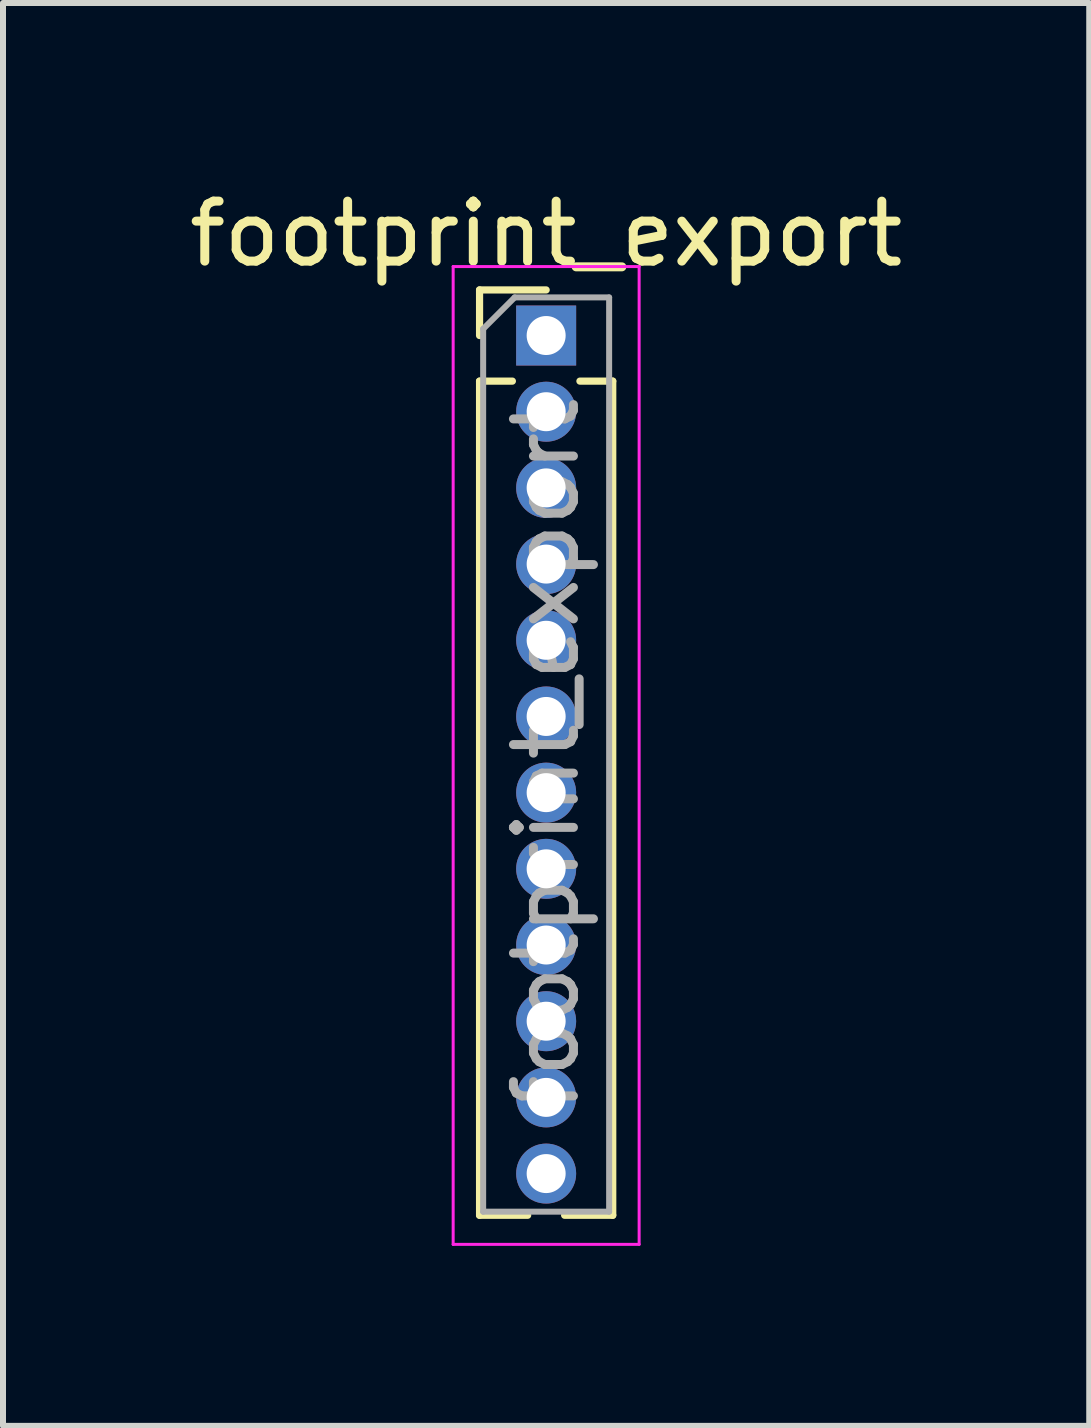
<source format=kicad_pcb>
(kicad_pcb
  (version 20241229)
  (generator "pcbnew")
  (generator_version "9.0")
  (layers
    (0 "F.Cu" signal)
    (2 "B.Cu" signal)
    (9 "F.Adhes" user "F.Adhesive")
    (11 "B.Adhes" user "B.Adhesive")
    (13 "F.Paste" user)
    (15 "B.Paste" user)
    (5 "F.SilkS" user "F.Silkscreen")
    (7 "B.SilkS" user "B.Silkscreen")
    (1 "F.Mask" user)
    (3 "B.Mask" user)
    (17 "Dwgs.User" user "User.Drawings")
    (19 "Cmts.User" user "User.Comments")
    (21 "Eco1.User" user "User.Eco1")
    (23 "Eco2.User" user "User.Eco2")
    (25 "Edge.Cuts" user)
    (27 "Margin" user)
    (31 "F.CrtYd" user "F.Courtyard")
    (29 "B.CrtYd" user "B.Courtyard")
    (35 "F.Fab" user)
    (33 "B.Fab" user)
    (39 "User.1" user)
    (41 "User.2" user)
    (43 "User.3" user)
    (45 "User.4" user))
  (footprint "footprint_export"
    (layer "F.Cu")
    (at 6.054 2.543)
    (property "Reference" "footprint_export" (at 0 -1.695 0) (layer "F.SilkS") (effects (font (size 1 1) (thickness 0.15))))
    (attr through_hole)
    (fp_line (start -1.11 -0.76) (end 0 -0.76) (stroke (width 0.12) (type solid)) (layer "F.SilkS"))
    (fp_line (start -1.11 0) (end -1.11 -0.76) (stroke (width 0.12) (type solid)) (layer "F.SilkS"))
    (fp_line (start -1.11 0.76) (end -1.11 14.665) (stroke (width 0.12) (type solid)) (layer "F.SilkS"))
    (fp_line (start -1.11 0.76) (end -0.563 0.76) (stroke (width 0.12) (type solid)) (layer "F.SilkS"))
    (fp_line (start -1.11 14.665) (end -0.308 14.665) (stroke (width 0.12) (type solid)) (layer "F.SilkS"))
    (fp_line (start 0.308 14.665) (end 1.11 14.665) (stroke (width 0.12) (type solid)) (layer "F.SilkS"))
    (fp_line (start 0.563 0.76) (end 1.11 0.76) (stroke (width 0.12) (type solid)) (layer "F.SilkS"))
    (fp_line (start 1.11 0.76) (end 1.11 14.665) (stroke (width 0.12) (type solid)) (layer "F.SilkS"))
    (fp_line (start -1.55 -1.15) (end -1.55 15.15) (stroke (width 0.05) (type solid)) (layer "F.CrtYd"))
    (fp_line (start -1.55 15.15) (end 1.55 15.15) (stroke (width 0.05) (type solid)) (layer "F.CrtYd"))
    (fp_line (start 1.55 -1.15) (end -1.55 -1.15) (stroke (width 0.05) (type solid)) (layer "F.CrtYd"))
    (fp_line (start 1.55 15.15) (end 1.55 -1.15) (stroke (width 0.05) (type solid)) (layer "F.CrtYd"))
    (fp_line (start -1.05 -0.11) (end -0.525 -0.635) (stroke (width 0.1) (type solid)) (layer "F.Fab"))
    (fp_line (start -1.05 14.605) (end -1.05 -0.11) (stroke (width 0.1) (type solid)) (layer "F.Fab"))
    (fp_line (start -0.525 -0.635) (end 1.05 -0.635) (stroke (width 0.1) (type solid)) (layer "F.Fab"))
    (fp_line (start 1.05 -0.635) (end 1.05 14.605) (stroke (width 0.1) (type solid)) (layer "F.Fab"))
    (fp_line (start 1.05 14.605) (end -1.05 14.605) (stroke (width 0.1) (type solid)) (layer "F.Fab"))
    (fp_text user "${REFERENCE}" (at 0 6.985 90) (layer "F.Fab") (effects (font (size 1 1) (thickness 0.15))))
    (pad "1" thru_hole rect (at 0 0) (size 1 1) (drill 0.65) (layers "*.Cu" "*.Mask"))
    (pad "2" thru_hole oval (at 0 1.27) (size 1 1) (drill 0.65) (layers "*.Cu" "*.Mask"))
    (pad "3" thru_hole oval (at 0 2.54) (size 1 1) (drill 0.65) (layers "*.Cu" "*.Mask"))
    (pad "4" thru_hole oval (at 0 3.81) (size 1 1) (drill 0.65) (layers "*.Cu" "*.Mask"))
    (pad "5" thru_hole oval (at 0 5.08) (size 1 1) (drill 0.65) (layers "*.Cu" "*.Mask"))
    (pad "6" thru_hole oval (at 0 6.35) (size 1 1) (drill 0.65) (layers "*.Cu" "*.Mask"))
    (pad "7" thru_hole oval (at 0 7.62) (size 1 1) (drill 0.65) (layers "*.Cu" "*.Mask"))
    (pad "8" thru_hole oval (at 0 8.89) (size 1 1) (drill 0.65) (layers "*.Cu" "*.Mask"))
    (pad "9" thru_hole oval (at 0 10.16) (size 1 1) (drill 0.65) (layers "*.Cu" "*.Mask"))
    (pad "10" thru_hole oval (at 0 11.43) (size 1 1) (drill 0.65) (layers "*.Cu" "*.Mask"))
    (pad "11" thru_hole oval (at 0 12.7) (size 1 1) (drill 0.65) (layers "*.Cu" "*.Mask"))
    (pad "12" thru_hole oval (at 0 13.97) (size 1 1) (drill 0.65) (layers "*.Cu" "*.Mask")))
  (gr_rect
    (start -3 -3)
    (end 15.107 20.718)
    (stroke (width 0.1) (type default))
    (fill no)
    (layer "Edge.Cuts")))
</source>
